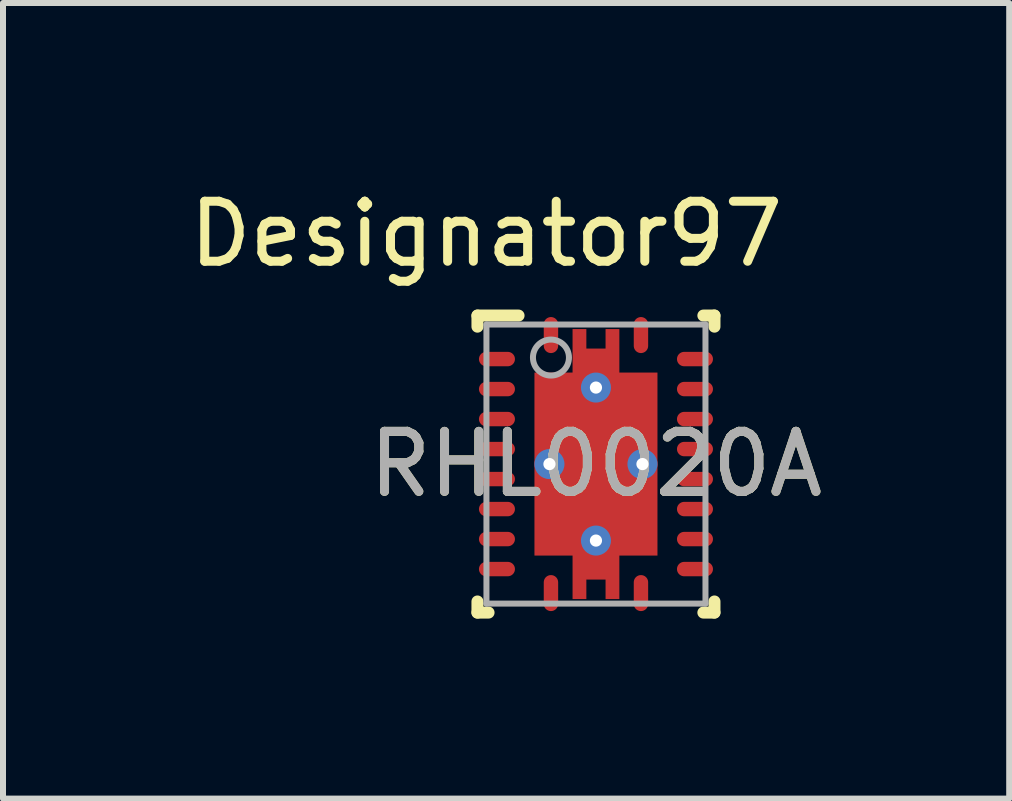
<source format=kicad_pcb>
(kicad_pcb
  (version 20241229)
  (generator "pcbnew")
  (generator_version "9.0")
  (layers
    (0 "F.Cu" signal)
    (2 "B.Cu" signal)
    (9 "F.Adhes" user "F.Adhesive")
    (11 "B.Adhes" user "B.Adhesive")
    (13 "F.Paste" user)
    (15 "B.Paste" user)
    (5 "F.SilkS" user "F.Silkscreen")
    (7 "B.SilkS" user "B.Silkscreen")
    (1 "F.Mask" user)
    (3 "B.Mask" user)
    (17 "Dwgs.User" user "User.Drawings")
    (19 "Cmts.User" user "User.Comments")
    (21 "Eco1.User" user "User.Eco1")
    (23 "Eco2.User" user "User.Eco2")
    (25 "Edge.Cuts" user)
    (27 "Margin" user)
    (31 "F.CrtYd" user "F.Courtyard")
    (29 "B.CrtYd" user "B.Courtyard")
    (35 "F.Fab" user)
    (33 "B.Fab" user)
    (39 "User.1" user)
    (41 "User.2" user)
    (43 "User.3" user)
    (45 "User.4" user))
  (footprint "RHL0020A"
    (layer "F.Cu")
    (at 6.882 4.684)
    (property "Reference" "RHL0020A" (at 0 0 0) (unlocked yes) (layer "F.SilkS") (effects (font (size 1 1) (thickness 0.15))))
    (attr smd)
    (fp_poly (pts (xy 0.16 -2.25) (xy 0.16 -1.925) (xy -0.16 -1.925) (xy -0.16 -2.25) (xy -0.39 -2.25) (xy -0.39 -1.525) (xy -1.025 -1.525) (xy -1.025 1.525) (xy -0.39 1.525) (xy -0.39 2.25) (xy -0.16 2.25) (xy -0.16 1.925) (xy 0.16 1.925) (xy 0.16 2.25) (xy 0.39 2.25) (xy 0.39 1.525) (xy 1.025 1.525) (xy 1.025 -1.525) (xy 0.39 -1.525) (xy 0.39 -2.25)) (stroke (width 0) (type solid)) (fill yes) (layer "F.Cu"))
    (fp_line (start -1.975 2.475) (end -1.975 2.29) (stroke (width 0.2) (type solid)) (layer "F.SilkS"))
    (fp_line (start -1.975 2.475) (end -1.79 2.475) (stroke (width 0.2) (type solid)) (layer "F.SilkS"))
    (fp_line (start -1.975 -2.475) (end -1.29 -2.475) (stroke (width 0.2) (type solid)) (layer "F.SilkS"))
    (fp_line (start -1.975 -2.29) (end -1.975 -2.475) (stroke (width 0.2) (type solid)) (layer "F.SilkS"))
    (fp_line (start 1.79 -2.475) (end 1.975 -2.475) (stroke (width 0.2) (type solid)) (layer "F.SilkS"))
    (fp_line (start 1.79 2.475) (end 1.975 2.475) (stroke (width 0.2) (type solid)) (layer "F.SilkS"))
    (fp_line (start 1.975 -2.29) (end 1.975 -2.475) (stroke (width 0.2) (type solid)) (layer "F.SilkS"))
    (fp_line (start 1.975 2.475) (end 1.975 2.29) (stroke (width 0.2) (type solid)) (layer "F.SilkS"))
    (fp_poly (pts (xy -0.39 -1.628) (xy 0.39 -1.628) (xy 0.39 -1.925) (xy -0.39 -1.925)) (stroke (width 0) (type solid)) (fill yes) (layer "F.Paste"))
    (fp_poly (pts (xy -0.39 1.925) (xy 0.39 1.925) (xy 0.39 1.628) (xy -0.39 1.628)) (stroke (width 0) (type solid)) (fill yes) (layer "F.Paste"))
    (fp_poly (pts (xy -0.1 -1.428) (xy -1.017 -1.428) (xy -1.017 -0.1) (xy -0.1 -0.1)) (stroke (width 0) (type solid)) (fill yes) (layer "F.Paste"))
    (fp_poly (pts (xy -0.1 0.1) (xy -1.017 0.1) (xy -1.017 1.428) (xy -0.1 1.428)) (stroke (width 0) (type solid)) (fill yes) (layer "F.Paste"))
    (fp_poly (pts (xy 0.1 -0.1) (xy 1.017 -0.1) (xy 1.017 -1.428) (xy 0.1 -1.428)) (stroke (width 0) (type solid)) (fill yes) (layer "F.Paste"))
    (fp_poly (pts (xy 0.1 1.428) (xy 1.017 1.428) (xy 1.017 0.1) (xy 0.1 0.1)) (stroke (width 0) (type solid)) (fill yes) (layer "F.Paste"))
    (fp_line (start -1.825 -2.325) (end 1.825 -2.325) (stroke (width 0.1) (type solid)) (layer "F.Fab"))
    (fp_line (start -1.825 2.325) (end -1.825 -2.325) (stroke (width 0.1) (type solid)) (layer "F.Fab"))
    (fp_line (start -1.825 2.325) (end 1.825 2.325) (stroke (width 0.1) (type solid)) (layer "F.Fab"))
    (fp_line (start 1.825 2.325) (end 1.825 -2.325) (stroke (width 0.1) (type solid)) (layer "F.Fab"))
    (fp_circle (center -0.75 -1.775) (end -0.45 -1.775) (stroke (width 0.1) (type solid)) (fill no) (layer "F.Fab"))
    (fp_text user "Designator97" (at -1.829 -3.835 0) (unlocked yes) (layer "F.SilkS") (effects (font (size 1 1) (thickness 0.15))))
    (fp_text user "${REFERENCE}" (at 0 0 0) (unlocked yes) (layer "F.Fab") (effects (font (size 1 1) (thickness 0.15))))
    (pad "1" smd oval (at -0.75 -2.15) (size 0.24 0.6) (layers "F.Cu" "F.Mask" "F.Paste"))
    (pad "2" smd oval (at -1.65 -1.75 90) (size 0.24 0.6) (layers "F.Cu" "F.Mask" "F.Paste"))
    (pad "3" smd oval (at -1.65 -1.25 90) (size 0.24 0.6) (layers "F.Cu" "F.Mask" "F.Paste"))
    (pad "4" smd oval (at -1.65 -0.75 90) (size 0.24 0.6) (layers "F.Cu" "F.Mask" "F.Paste"))
    (pad "5" smd oval (at -1.65 -0.25 90) (size 0.24 0.6) (layers "F.Cu" "F.Mask" "F.Paste"))
    (pad "6" smd oval (at -1.65 0.25 90) (size 0.24 0.6) (layers "F.Cu" "F.Mask" "F.Paste"))
    (pad "7" smd oval (at -1.65 0.75 90) (size 0.24 0.6) (layers "F.Cu" "F.Mask" "F.Paste"))
    (pad "8" smd oval (at -1.65 1.25 90) (size 0.24 0.6) (layers "F.Cu" "F.Mask" "F.Paste"))
    (pad "9" smd oval (at -1.65 1.75 90) (size 0.24 0.6) (layers "F.Cu" "F.Mask" "F.Paste"))
    (pad "10" smd oval (at -0.75 2.15) (size 0.24 0.6) (layers "F.Cu" "F.Mask" "F.Paste"))
    (pad "11" smd oval (at 0.75 2.15) (size 0.24 0.6) (layers "F.Cu" "F.Mask" "F.Paste"))
    (pad "12" smd oval (at 1.65 1.75 90) (size 0.24 0.6) (layers "F.Cu" "F.Mask" "F.Paste"))
    (pad "13" smd oval (at 1.65 1.25 90) (size 0.24 0.6) (layers "F.Cu" "F.Mask" "F.Paste"))
    (pad "14" smd oval (at 1.65 0.75 90) (size 0.24 0.6) (layers "F.Cu" "F.Mask" "F.Paste"))
    (pad "15" smd oval (at 1.65 0.25 90) (size 0.24 0.6) (layers "F.Cu" "F.Mask" "F.Paste"))
    (pad "16" smd oval (at 1.65 -0.25 90) (size 0.24 0.6) (layers "F.Cu" "F.Mask" "F.Paste"))
    (pad "17" smd oval (at 1.65 -0.75 90) (size 0.24 0.6) (layers "F.Cu" "F.Mask" "F.Paste"))
    (pad "18" smd oval (at 1.65 -1.25 90) (size 0.24 0.6) (layers "F.Cu" "F.Mask" "F.Paste"))
    (pad "19" smd oval (at 1.65 -1.75 90) (size 0.24 0.6) (layers "F.Cu" "F.Mask" "F.Paste"))
    (pad "20" smd oval (at 0.75 -2.15) (size 0.24 0.6) (layers "F.Cu" "F.Mask" "F.Paste"))
    (pad "21" smd rect (at 0.000081 0.000079 90) (size 0.3 0.3) (layers "F.Cu" "F.Mask"))
    (pad "V" thru_hole circle (at -0.775 0.000079) (size 0.5 0.5) (drill 0.203) (layers "*.Cu" "*.Mask"))
    (pad "V" thru_hole circle (at 0 -1.275) (size 0.5 0.5) (drill 0.203) (layers "*.Cu" "*.Mask"))
    (pad "V" thru_hole circle (at 0 1.275) (size 0.5 0.5) (drill 0.203) (layers "*.Cu" "*.Mask"))
    (pad "V" thru_hole circle (at 0.775 0.000079) (size 0.5 0.5) (drill 0.203) (layers "*.Cu" "*.Mask")))
  (gr_rect
    (start -3 -3)
    (end 13.769 10.259)
    (stroke (width 0.1) (type default))
    (fill no)
    (layer "Edge.Cuts")))
</source>
